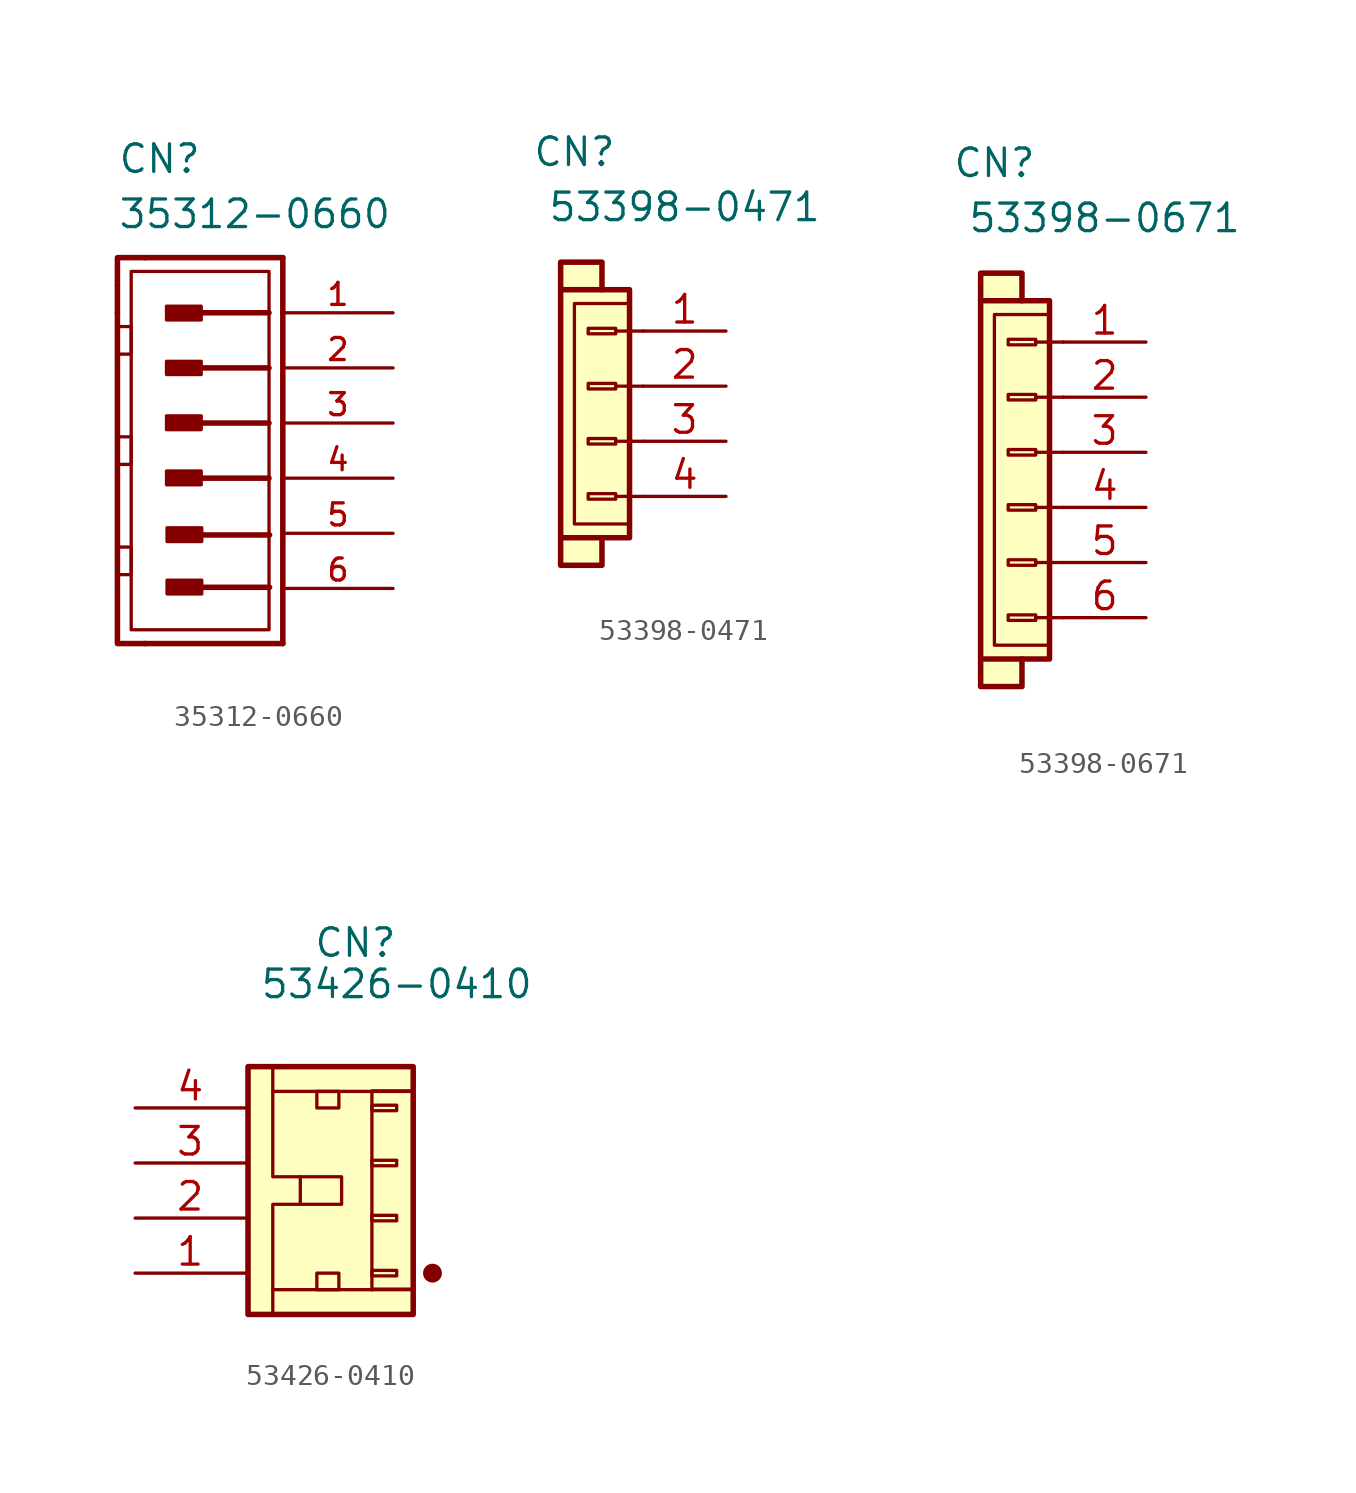
<source format=kicad_sym>
(kicad_symbol_lib
  (version 20241209)
  (generator "kicad_symbol_editor")
  (generator_version "9.0")
  (symbol "35312-0660"
    (pin_names
      (offset 1.016)
      (hide yes))
    (property "Reference" "CN"
      (at 0 8.89 0)
      (effects (font (size 1.27 1.27)) (justify left bottom)))
    (property "Value" "35312-0660"
      (at 0 6.35 0)
      (effects (font (size 1.27 1.27)) (justify left bottom)))
    (symbol "35312-0660_0_0"
      (polyline (pts (xy 0 3.81) (xy 0 2.54)) (stroke (width 0.254) (type default)) (fill (type none)))
      (polyline (pts (xy 0 3.81) (xy 0 5.08) (xy 1.27 5.08)) (stroke (width 0.254) (type default)) (fill (type none)))
      (polyline (pts (xy 0 2.54) (xy 0 -11.43)) (stroke (width 0.254) (type default)) (fill (type none)))
      (polyline (pts (xy 0 -11.43) (xy 0 -12.7) (xy 1.27 -12.7)) (stroke (width 0.254) (type default)) (fill (type none)))
      (polyline (pts (xy 1.27 -12.7) (xy 7.62 -12.7)) (stroke (width 0.254) (type default)) (fill (type none)))
      (rectangle (start 2.261 2.21) (end 3.861 2.845) (stroke (width 0) (type default)) (fill (type outline)))
      (rectangle (start 2.261 -0.305) (end 3.861 0.305) (stroke (width 0) (type default)) (fill (type outline)))
      (rectangle (start 2.261 -2.845) (end 3.861 -2.21) (stroke (width 0) (type default)) (fill (type outline)))
      (rectangle (start 2.261 -5.385) (end 3.861 -4.75) (stroke (width 0) (type default)) (fill (type outline)))
      (rectangle (start 2.286 -8.001) (end 3.886 -7.366) (stroke (width 0) (type default)) (fill (type outline)))
      (rectangle (start 2.286 -10.414) (end 3.886 -9.779) (stroke (width 0) (type default)) (fill (type outline)))
      (polyline (pts (xy 3.81 2.54) (xy 6.985 2.54)) (stroke (width 0.254) (type default)) (fill (type none)))
      (polyline (pts (xy 3.81 0) (xy 6.985 0)) (stroke (width 0.254) (type default)) (fill (type none)))
      (polyline (pts (xy 3.81 -2.54) (xy 6.985 -2.54)) (stroke (width 0.254) (type default)) (fill (type none)))
      (polyline (pts (xy 3.81 -5.08) (xy 6.985 -5.08)) (stroke (width 0.254) (type default)) (fill (type none)))
      (polyline (pts (xy 3.835 -7.696) (xy 7.01 -7.696)) (stroke (width 0.254) (type default)) (fill (type none)))
      (polyline (pts (xy 3.835 -10.109) (xy 7.01 -10.109)) (stroke (width 0.254) (type default)) (fill (type none)))
      (polyline (pts (xy 7.62 5.08) (xy 1.27 5.08)) (stroke (width 0.254) (type default)) (fill (type none)))
      (polyline (pts (xy 7.62 -12.7) (xy 7.62 5.08)) (stroke (width 0.254) (type default)) (fill (type none)))
      (pin passive line (at 12.7 2.54 180) (length 5.08) (name "1" (effects (font (size 1.016 1.016)))) (number "1" (effects (font (size 1.016 1.016)))))
      (pin passive line (at 12.7 0 180) (length 5.08) (name "2" (effects (font (size 1.016 1.016)))) (number "2" (effects (font (size 1.016 1.016)))))
      (pin passive line (at 12.7 -2.54 180) (length 5.08) (name "3" (effects (font (size 1.016 1.016)))) (number "3" (effects (font (size 1.016 1.016)))))
      (pin passive line (at 12.7 -5.08 180) (length 5.08) (name "4" (effects (font (size 1.016 1.016)))) (number "4" (effects (font (size 1.016 1.016)))))
      (pin passive line (at 12.7 -7.62 180) (length 5.08) (name "5" (effects (font (size 1.016 1.016)))) (number "5" (effects (font (size 1.016 1.016)))))
      (pin passive line (at 12.7 -10.16 180) (length 5.08) (name "6" (effects (font (size 1.016 1.016)))) (number "6" (effects (font (size 1.016 1.016))))))
    (symbol "35312-0660_0_1"
      (rectangle (start 0 1.905) (end 0.635 0.635) (stroke (width 0) (type default)) (fill (type none)))
      (rectangle (start 0 -3.175) (end 0.635 -4.445) (stroke (width 0) (type default)) (fill (type none)))
      (rectangle (start 0 -8.255) (end 0.635 -9.525) (stroke (width 0) (type default)) (fill (type none)))
      (rectangle (start 0.635 4.445) (end 6.985 -12.065) (stroke (width 0) (type default)) (fill (type none)))))
  (symbol "53398-0471"
    (pin_names
      (offset 1.016)
      (hide yes))
    (property "Reference" "CN"
      (at -0.635 13.335 0)
      (effects (font (size 1.27 1.27))))
    (property "Value" "53398-0471"
      (at 4.445 10.795 0)
      (effects (font (size 1.27 1.27))))
    (symbol "53398-0471_0_1"
      (polyline (pts (xy -1.27 6.985) (xy -1.27 8.255) (xy 0.635 8.255) (xy 0.635 6.985)) (stroke (width 0.254) (type default)) (fill (type background)))
      (polyline (pts (xy -1.27 -4.445) (xy -1.27 -5.715) (xy 0.635 -5.715) (xy 0.635 -4.445)) (stroke (width 0.254) (type default)) (fill (type background)))
      (polyline (pts (xy 1.905 6.35) (xy -0.635 6.35) (xy -0.635 -3.81) (xy 1.905 -3.81)) (stroke (width 0) (type default)) (fill (type none)))
      (polyline (pts (xy 2.54 5.08) (xy 1.27 5.08)) (stroke (width 0) (type default)) (fill (type none)))
      (polyline (pts (xy 2.54 2.54) (xy 1.27 2.54)) (stroke (width 0) (type default)) (fill (type none)))
      (polyline (pts (xy 2.54 0) (xy 1.27 0)) (stroke (width 0) (type default)) (fill (type none)))
      (polyline (pts (xy 2.54 -2.54) (xy 1.27 -2.54)) (stroke (width 0) (type default)) (fill (type none))))
    (symbol "53398-0471_1_1"
      (rectangle (start -1.27 6.985) (end 1.905 -4.445) (stroke (width 0.254) (type default)) (fill (type background)))
      (rectangle (start 0 5.207) (end 1.27 4.953) (stroke (width 0.152) (type default)) (fill (type none)))
      (rectangle (start 0 2.667) (end 1.27 2.413) (stroke (width 0.152) (type default)) (fill (type none)))
      (rectangle (start 0 0.127) (end 1.27 -0.127) (stroke (width 0.152) (type default)) (fill (type none)))
      (rectangle (start 0 -2.413) (end 1.27 -2.667) (stroke (width 0.152) (type default)) (fill (type none)))
      (pin passive line (at 6.35 5.08 180) (length 3.81) (name "Pin_1" (effects (font (size 1.27 1.27)))) (number "1" (effects (font (size 1.27 1.27)))))
      (pin passive line (at 6.35 2.54 180) (length 3.81) (name "Pin_2" (effects (font (size 1.27 1.27)))) (number "2" (effects (font (size 1.27 1.27)))))
      (pin passive line (at 6.35 0 180) (length 3.81) (name "Pin_3" (effects (font (size 1.27 1.27)))) (number "3" (effects (font (size 1.27 1.27)))))
      (pin passive line (at 6.35 -2.54 180) (length 3.81) (name "Pin_4" (effects (font (size 1.27 1.27)))) (number "4" (effects (font (size 1.27 1.27)))))))
  (symbol "53398-0671"
    (pin_names
      (offset 1.016)
      (hide yes))
    (property "Reference" "CN"
      (at -0.635 13.335 0)
      (effects (font (size 1.27 1.27))))
    (property "Value" "53398-0671"
      (at 4.445 10.795 0)
      (effects (font (size 1.27 1.27))))
    (symbol "53398-0671_0_1"
      (polyline (pts (xy -1.27 6.985) (xy -1.27 8.255) (xy 0.635 8.255) (xy 0.635 6.985)) (stroke (width 0.254) (type default)) (fill (type background)))
      (polyline (pts (xy -1.27 -9.525) (xy -1.27 -10.795) (xy 0.635 -10.795) (xy 0.635 -9.525)) (stroke (width 0.254) (type default)) (fill (type background)))
      (polyline (pts (xy 1.905 6.35) (xy -0.635 6.35) (xy -0.635 -8.89) (xy 1.905 -8.89)) (stroke (width 0) (type default)) (fill (type none)))
      (polyline (pts (xy 2.54 5.08) (xy 1.27 5.08)) (stroke (width 0) (type default)) (fill (type none)))
      (polyline (pts (xy 2.54 2.54) (xy 1.27 2.54)) (stroke (width 0) (type default)) (fill (type none)))
      (polyline (pts (xy 2.54 0) (xy 1.27 0)) (stroke (width 0) (type default)) (fill (type none)))
      (polyline (pts (xy 2.54 -2.54) (xy 1.27 -2.54)) (stroke (width 0) (type default)) (fill (type none)))
      (polyline (pts (xy 2.54 -5.08) (xy 1.27 -5.08)) (stroke (width 0) (type default)) (fill (type none)))
      (polyline (pts (xy 2.54 -7.62) (xy 1.27 -7.62)) (stroke (width 0) (type default)) (fill (type none))))
    (symbol "53398-0671_1_1"
      (rectangle (start -1.27 6.985) (end 1.905 -9.525) (stroke (width 0.254) (type default)) (fill (type background)))
      (rectangle (start 0 5.207) (end 1.27 4.953) (stroke (width 0.152) (type default)) (fill (type none)))
      (rectangle (start 0 2.667) (end 1.27 2.413) (stroke (width 0.152) (type default)) (fill (type none)))
      (rectangle (start 0 0.127) (end 1.27 -0.127) (stroke (width 0.152) (type default)) (fill (type none)))
      (rectangle (start 0 -2.413) (end 1.27 -2.667) (stroke (width 0.152) (type default)) (fill (type none)))
      (rectangle (start 0 -4.953) (end 1.27 -5.207) (stroke (width 0.152) (type default)) (fill (type none)))
      (rectangle (start 0 -7.493) (end 1.27 -7.747) (stroke (width 0.152) (type default)) (fill (type none)))
      (pin passive line (at 6.35 5.08 180) (length 3.81) (name "Pin_1" (effects (font (size 1.27 1.27)))) (number "1" (effects (font (size 1.27 1.27)))))
      (pin passive line (at 6.35 2.54 180) (length 3.81) (name "Pin_2" (effects (font (size 1.27 1.27)))) (number "2" (effects (font (size 1.27 1.27)))))
      (pin passive line (at 6.35 0 180) (length 3.81) (name "Pin_3" (effects (font (size 1.27 1.27)))) (number "3" (effects (font (size 1.27 1.27)))))
      (pin passive line (at 6.35 -2.54 180) (length 3.81) (name "Pin_4" (effects (font (size 1.27 1.27)))) (number "4" (effects (font (size 1.27 1.27)))))
      (pin passive line (at 6.35 -5.08 180) (length 3.81) (name "Pin_5" (effects (font (size 1.27 1.27)))) (number "5" (effects (font (size 1.27 1.27)))))
      (pin passive line (at 6.35 -7.62 180) (length 3.81) (name "Pin_6" (effects (font (size 1.27 1.27)))) (number "6" (effects (font (size 1.27 1.27)))))))
  (symbol "53426-0410"
    (pin_names
      (offset 1.016)
      (hide yes))
    (property "Reference" "CN"
      (at 0 7.62 0)
      (effects (font (size 1.27 1.27))))
    (property "Value" "53426-0410"
      (at 1.905 5.715 0)
      (effects (font (size 1.27 1.27))))
    (symbol "53426-0410_0_1"
      (polyline (pts (xy -3.81 1.905) (xy -3.81 -3.175) (xy -0.635 -3.175) (xy -0.635 -4.445) (xy -3.81 -4.445) (xy -3.81 -9.525)) (stroke (width 0) (type default)) (fill (type none)))
      (polyline (pts (xy -3.81 -8.382) (xy 0.762 -8.382)) (stroke (width 0) (type default)) (fill (type none)))
      (polyline (pts (xy -2.54 -3.175) (xy -2.54 -4.445)) (stroke (width 0) (type default)) (fill (type none)))
      (rectangle (start -1.778 0.762) (end -0.762 0) (stroke (width 0) (type default)) (fill (type none)))
      (rectangle (start -1.778 -7.62) (end -0.762 -8.382) (stroke (width 0) (type default)) (fill (type none)))
      (rectangle (start 0.762 0.787) (end 2.54 0.762) (stroke (width 0) (type default)) (fill (type none)))
      (polyline (pts (xy 0.762 0.762) (xy -3.81 0.762)) (stroke (width 0) (type default)) (fill (type none)))
      (polyline (pts (xy 0.762 0.762) (xy 0.762 -8.382)) (stroke (width 0) (type default)) (fill (type none)))
      (rectangle (start 0.762 -8.357) (end 2.54 -8.382) (stroke (width 0) (type default)) (fill (type none)))
      (polyline (pts (xy 0.762 -8.382) (xy 0.762 -8.382)) (stroke (width 0) (type default)) (fill (type none))))
    (symbol "53426-0410_1_1"
      (rectangle (start -4.953 1.905) (end 2.667 -9.525) (stroke (width 0.254) (type default)) (fill (type background)))
      (rectangle (start 0.762 0.127) (end 1.905 -0.127) (stroke (width 0.152) (type default)) (fill (type none)))
      (rectangle (start 0.762 -2.413) (end 1.905 -2.667) (stroke (width 0.152) (type default)) (fill (type none)))
      (rectangle (start 0.762 -4.953) (end 1.905 -5.207) (stroke (width 0.152) (type default)) (fill (type none)))
      (rectangle (start 0.762 -7.493) (end 1.905 -7.747) (stroke (width 0.152) (type default)) (fill (type none)))
      (circle (center 3.556 -7.62) (radius 0.359) (stroke (width 0) (type solid)) (fill (type outline)))
      (pin passive line (at -10.16 0 0) (length 5.08) (name "Pin_4" (effects (font (size 1.27 1.27)))) (number "4" (effects (font (size 1.27 1.27)))))
      (pin passive line (at -10.16 -2.54 0) (length 5.08) (name "Pin_3" (effects (font (size 1.27 1.27)))) (number "3" (effects (font (size 1.27 1.27)))))
      (pin passive line (at -10.16 -5.08 0) (length 5.08) (name "Pin_2" (effects (font (size 1.27 1.27)))) (number "2" (effects (font (size 1.27 1.27)))))
      (pin passive line (at -10.16 -7.62 0) (length 5.08) (name "Pin_1" (effects (font (size 1.27 1.27)))) (number "1" (effects (font (size 1.27 1.27))))))))
</source>
